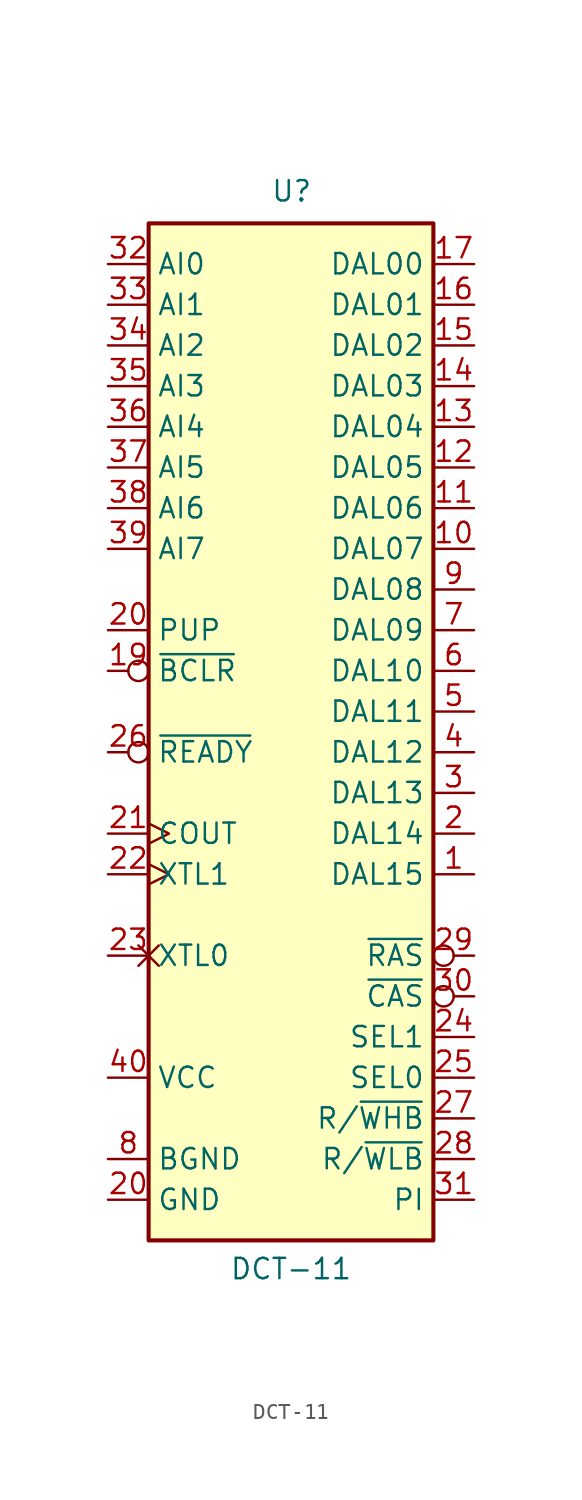
<source format=kicad_sym>
(kicad_symbol_lib
  (version 20231120)
  (generator "kicad_symbol_editor")
  (generator_version "8.0")
  (symbol "DCT-11"
    (property "Reference" "U"
      (at -1.27 31.75 0)
      (effects (font (size 1.27 1.27)) (justify left bottom)))
    (property "Value" "DCT-11"
      (at 0 -34.798 0)
      (effects (font (size 1.27 1.27))))
    (symbol "DCT-11_0_1"
      (rectangle (start -8.89 30.48) (end 8.89 -33.02) (stroke (width 0.254) (type default)) (fill (type background))))
    (symbol "DCT-11_1_1"
      (pin bidirectional line (at 11.43 -10.16 180) (length 2.54) (name "DAL15" (effects (font (size 1.27 1.27)))) (number "1" (effects (font (size 1.27 1.27)))))
      (pin bidirectional line (at 11.43 10.16 180) (length 2.54) (name "DAL07" (effects (font (size 1.27 1.27)))) (number "10" (effects (font (size 1.27 1.27)))))
      (pin bidirectional line (at 11.43 12.7 180) (length 2.54) (name "DAL06" (effects (font (size 1.27 1.27)))) (number "11" (effects (font (size 1.27 1.27)))))
      (pin bidirectional line (at 11.43 15.24 180) (length 2.54) (name "DAL05" (effects (font (size 1.27 1.27)))) (number "12" (effects (font (size 1.27 1.27)))))
      (pin bidirectional line (at 11.43 17.78 180) (length 2.54) (name "DAL04" (effects (font (size 1.27 1.27)))) (number "13" (effects (font (size 1.27 1.27)))))
      (pin bidirectional line (at 11.43 20.32 180) (length 2.54) (name "DAL03" (effects (font (size 1.27 1.27)))) (number "14" (effects (font (size 1.27 1.27)))))
      (pin bidirectional line (at 11.43 22.86 180) (length 2.54) (name "DAL02" (effects (font (size 1.27 1.27)))) (number "15" (effects (font (size 1.27 1.27)))))
      (pin bidirectional line (at 11.43 25.4 180) (length 2.54) (name "DAL01" (effects (font (size 1.27 1.27)))) (number "16" (effects (font (size 1.27 1.27)))))
      (pin bidirectional line (at 11.43 27.94 180) (length 2.54) (name "DAL00" (effects (font (size 1.27 1.27)))) (number "17" (effects (font (size 1.27 1.27)))))
      (pin output inverted (at -11.43 2.54 0) (length 2.54) (name "~{BCLR}" (effects (font (size 1.27 1.27)))) (number "19" (effects (font (size 1.27 1.27)))))
      (pin bidirectional line (at 11.43 -7.62 180) (length 2.54) (name "DAL14" (effects (font (size 1.27 1.27)))) (number "2" (effects (font (size 1.27 1.27)))))
      (pin power_in line (at -11.43 -30.48 0) (length 2.54) (name "GND" (effects (font (size 1.27 1.27)))) (number "20" (effects (font (size 1.27 1.27)))))
      (pin input line (at -11.43 5.08 0) (length 2.54) (name "PUP" (effects (font (size 1.27 1.27)))) (number "20" (effects (font (size 1.27 1.27)))))
      (pin output clock (at -11.43 -7.62 0) (length 2.54) (name "COUT" (effects (font (size 1.27 1.27)))) (number "21" (effects (font (size 1.27 1.27)))))
      (pin input clock (at -11.43 -10.16 0) (length 2.54) (name "XTL1" (effects (font (size 1.27 1.27)))) (number "22" (effects (font (size 1.27 1.27)))))
      (pin passive non_logic (at -11.43 -15.24 0) (length 2.54) (name "XTL0" (effects (font (size 1.27 1.27)))) (number "23" (effects (font (size 1.27 1.27)))))
      (pin output line (at 11.43 -20.32 180) (length 2.54) (name "SEL1" (effects (font (size 1.27 1.27)))) (number "24" (effects (font (size 1.27 1.27)))))
      (pin output line (at 11.43 -22.86 180) (length 2.54) (name "SEL0" (effects (font (size 1.27 1.27)))) (number "25" (effects (font (size 1.27 1.27)))))
      (pin input inverted (at -11.43 -2.54 0) (length 2.54) (name "~{READY}" (effects (font (size 1.27 1.27)))) (number "26" (effects (font (size 1.27 1.27)))))
      (pin output line (at 11.43 -25.4 180) (length 2.54) (name "R/~{WHB}" (effects (font (size 1.27 1.27)))) (number "27" (effects (font (size 1.27 1.27)))))
      (pin output line (at 11.43 -27.94 180) (length 2.54) (name "R/~{WLB}" (effects (font (size 1.27 1.27)))) (number "28" (effects (font (size 1.27 1.27)))))
      (pin output inverted (at 11.43 -15.24 180) (length 2.54) (name "~{RAS}" (effects (font (size 1.27 1.27)))) (number "29" (effects (font (size 1.27 1.27)))))
      (pin bidirectional line (at 11.43 -5.08 180) (length 2.54) (name "DAL13" (effects (font (size 1.27 1.27)))) (number "3" (effects (font (size 1.27 1.27)))))
      (pin output inverted (at 11.43 -17.78 180) (length 2.54) (name "~{CAS}" (effects (font (size 1.27 1.27)))) (number "30" (effects (font (size 1.27 1.27)))))
      (pin output line (at 11.43 -30.48 180) (length 2.54) (name "PI" (effects (font (size 1.27 1.27)))) (number "31" (effects (font (size 1.27 1.27)))))
      (pin bidirectional line (at -11.43 27.94 0) (length 2.54) (name "AI0" (effects (font (size 1.27 1.27)))) (number "32" (effects (font (size 1.27 1.27)))))
      (pin bidirectional line (at -11.43 25.4 0) (length 2.54) (name "AI1" (effects (font (size 1.27 1.27)))) (number "33" (effects (font (size 1.27 1.27)))))
      (pin bidirectional line (at -11.43 22.86 0) (length 2.54) (name "AI2" (effects (font (size 1.27 1.27)))) (number "34" (effects (font (size 1.27 1.27)))))
      (pin bidirectional line (at -11.43 20.32 0) (length 2.54) (name "AI3" (effects (font (size 1.27 1.27)))) (number "35" (effects (font (size 1.27 1.27)))))
      (pin bidirectional line (at -11.43 17.78 0) (length 2.54) (name "AI4" (effects (font (size 1.27 1.27)))) (number "36" (effects (font (size 1.27 1.27)))))
      (pin bidirectional line (at -11.43 15.24 0) (length 2.54) (name "AI5" (effects (font (size 1.27 1.27)))) (number "37" (effects (font (size 1.27 1.27)))))
      (pin bidirectional line (at -11.43 12.7 0) (length 2.54) (name "AI6" (effects (font (size 1.27 1.27)))) (number "38" (effects (font (size 1.27 1.27)))))
      (pin bidirectional line (at -11.43 10.16 0) (length 2.54) (name "AI7" (effects (font (size 1.27 1.27)))) (number "39" (effects (font (size 1.27 1.27)))))
      (pin bidirectional line (at 11.43 -2.54 180) (length 2.54) (name "DAL12" (effects (font (size 1.27 1.27)))) (number "4" (effects (font (size 1.27 1.27)))))
      (pin power_in line (at -11.43 -22.86 0) (length 2.54) (name "VCC" (effects (font (size 1.27 1.27)))) (number "40" (effects (font (size 1.27 1.27)))))
      (pin bidirectional line (at 11.43 0 180) (length 2.54) (name "DAL11" (effects (font (size 1.27 1.27)))) (number "5" (effects (font (size 1.27 1.27)))))
      (pin bidirectional line (at 11.43 2.54 180) (length 2.54) (name "DAL10" (effects (font (size 1.27 1.27)))) (number "6" (effects (font (size 1.27 1.27)))))
      (pin bidirectional line (at 11.43 5.08 180) (length 2.54) (name "DAL09" (effects (font (size 1.27 1.27)))) (number "7" (effects (font (size 1.27 1.27)))))
      (pin power_in line (at -11.43 -27.94 0) (length 2.54) (name "BGND" (effects (font (size 1.27 1.27)))) (number "8" (effects (font (size 1.27 1.27)))))
      (pin bidirectional line (at 11.43 7.62 180) (length 2.54) (name "DAL08" (effects (font (size 1.27 1.27)))) (number "9" (effects (font (size 1.27 1.27))))))))
</source>
